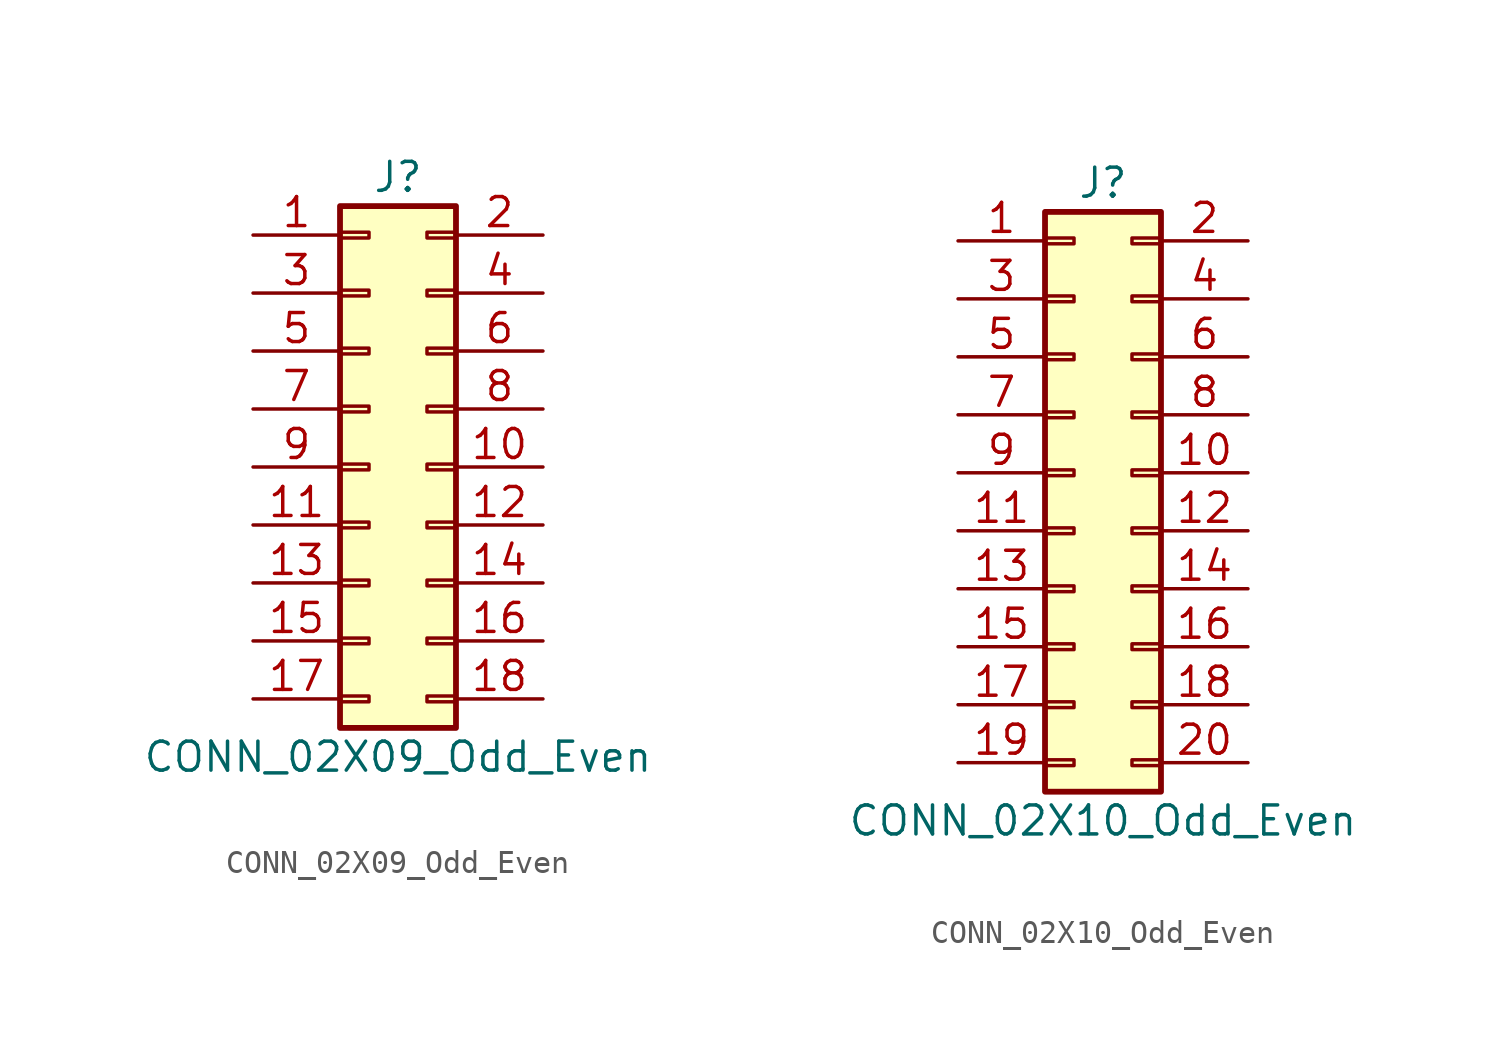
<source format=kicad_sym>
(kicad_symbol_lib
  (version 20211014)
  (generator kicad_symbol_editor)
  (symbol "CONN_02X09_Odd_Even"
    (pin_names
      (offset 1.016) hide)
    (property "Reference" "J"
      (at 1.27 12.7 0)
      (effects (font (size 1.27 1.27))))
    (property "Value" "CONN_02X09_Odd_Even"
      (at 1.27 -12.7 0)
      (effects (font (size 1.27 1.27))))
    (symbol "CONN_02X09_Odd_Even_1_1"
      (rectangle (start -1.27 -10.033) (end 0 -10.287) (stroke (width 0.152) (type default) (color 0 0 0 0)) (fill (type none)))
      (rectangle (start -1.27 -7.493) (end 0 -7.747) (stroke (width 0.152) (type default) (color 0 0 0 0)) (fill (type none)))
      (rectangle (start -1.27 -4.953) (end 0 -5.207) (stroke (width 0.152) (type default) (color 0 0 0 0)) (fill (type none)))
      (rectangle (start -1.27 -2.413) (end 0 -2.667) (stroke (width 0.152) (type default) (color 0 0 0 0)) (fill (type none)))
      (rectangle (start -1.27 0.127) (end 0 -0.127) (stroke (width 0.152) (type default) (color 0 0 0 0)) (fill (type none)))
      (rectangle (start -1.27 2.667) (end 0 2.413) (stroke (width 0.152) (type default) (color 0 0 0 0)) (fill (type none)))
      (rectangle (start -1.27 5.207) (end 0 4.953) (stroke (width 0.152) (type default) (color 0 0 0 0)) (fill (type none)))
      (rectangle (start -1.27 7.747) (end 0 7.493) (stroke (width 0.152) (type default) (color 0 0 0 0)) (fill (type none)))
      (rectangle (start -1.27 10.287) (end 0 10.033) (stroke (width 0.152) (type default) (color 0 0 0 0)) (fill (type none)))
      (rectangle (start -1.27 11.43) (end 3.81 -11.43) (stroke (width 0.254) (type default) (color 0 0 0 0)) (fill (type background)))
      (rectangle (start 3.81 -10.033) (end 2.54 -10.287) (stroke (width 0.152) (type default) (color 0 0 0 0)) (fill (type none)))
      (rectangle (start 3.81 -7.493) (end 2.54 -7.747) (stroke (width 0.152) (type default) (color 0 0 0 0)) (fill (type none)))
      (rectangle (start 3.81 -4.953) (end 2.54 -5.207) (stroke (width 0.152) (type default) (color 0 0 0 0)) (fill (type none)))
      (rectangle (start 3.81 -2.413) (end 2.54 -2.667) (stroke (width 0.152) (type default) (color 0 0 0 0)) (fill (type none)))
      (rectangle (start 3.81 0.127) (end 2.54 -0.127) (stroke (width 0.152) (type default) (color 0 0 0 0)) (fill (type none)))
      (rectangle (start 3.81 2.667) (end 2.54 2.413) (stroke (width 0.152) (type default) (color 0 0 0 0)) (fill (type none)))
      (rectangle (start 3.81 5.207) (end 2.54 4.953) (stroke (width 0.152) (type default) (color 0 0 0 0)) (fill (type none)))
      (rectangle (start 3.81 7.747) (end 2.54 7.493) (stroke (width 0.152) (type default) (color 0 0 0 0)) (fill (type none)))
      (rectangle (start 3.81 10.287) (end 2.54 10.033) (stroke (width 0.152) (type default) (color 0 0 0 0)) (fill (type none)))
      (pin passive line (at -5.08 10.16 0) (length 3.81) (name "Pin_1" (effects (font (size 1.27 1.27)))) (number "1" (effects (font (size 1.27 1.27)))))
      (pin passive line (at 7.62 0 180) (length 3.81) (name "Pin_10" (effects (font (size 1.27 1.27)))) (number "10" (effects (font (size 1.27 1.27)))))
      (pin passive line (at -5.08 -2.54 0) (length 3.81) (name "Pin_11" (effects (font (size 1.27 1.27)))) (number "11" (effects (font (size 1.27 1.27)))))
      (pin passive line (at 7.62 -2.54 180) (length 3.81) (name "Pin_12" (effects (font (size 1.27 1.27)))) (number "12" (effects (font (size 1.27 1.27)))))
      (pin passive line (at -5.08 -5.08 0) (length 3.81) (name "Pin_13" (effects (font (size 1.27 1.27)))) (number "13" (effects (font (size 1.27 1.27)))))
      (pin passive line (at 7.62 -5.08 180) (length 3.81) (name "Pin_14" (effects (font (size 1.27 1.27)))) (number "14" (effects (font (size 1.27 1.27)))))
      (pin passive line (at -5.08 -7.62 0) (length 3.81) (name "Pin_15" (effects (font (size 1.27 1.27)))) (number "15" (effects (font (size 1.27 1.27)))))
      (pin passive line (at 7.62 -7.62 180) (length 3.81) (name "Pin_16" (effects (font (size 1.27 1.27)))) (number "16" (effects (font (size 1.27 1.27)))))
      (pin passive line (at -5.08 -10.16 0) (length 3.81) (name "Pin_17" (effects (font (size 1.27 1.27)))) (number "17" (effects (font (size 1.27 1.27)))))
      (pin passive line (at 7.62 -10.16 180) (length 3.81) (name "Pin_18" (effects (font (size 1.27 1.27)))) (number "18" (effects (font (size 1.27 1.27)))))
      (pin passive line (at 7.62 10.16 180) (length 3.81) (name "Pin_2" (effects (font (size 1.27 1.27)))) (number "2" (effects (font (size 1.27 1.27)))))
      (pin passive line (at -5.08 7.62 0) (length 3.81) (name "Pin_3" (effects (font (size 1.27 1.27)))) (number "3" (effects (font (size 1.27 1.27)))))
      (pin passive line (at 7.62 7.62 180) (length 3.81) (name "Pin_4" (effects (font (size 1.27 1.27)))) (number "4" (effects (font (size 1.27 1.27)))))
      (pin passive line (at -5.08 5.08 0) (length 3.81) (name "Pin_5" (effects (font (size 1.27 1.27)))) (number "5" (effects (font (size 1.27 1.27)))))
      (pin passive line (at 7.62 5.08 180) (length 3.81) (name "Pin_6" (effects (font (size 1.27 1.27)))) (number "6" (effects (font (size 1.27 1.27)))))
      (pin passive line (at -5.08 2.54 0) (length 3.81) (name "Pin_7" (effects (font (size 1.27 1.27)))) (number "7" (effects (font (size 1.27 1.27)))))
      (pin passive line (at 7.62 2.54 180) (length 3.81) (name "Pin_8" (effects (font (size 1.27 1.27)))) (number "8" (effects (font (size 1.27 1.27)))))
      (pin passive line (at -5.08 0 0) (length 3.81) (name "Pin_9" (effects (font (size 1.27 1.27)))) (number "9" (effects (font (size 1.27 1.27)))))))
  (symbol "CONN_02X10_Odd_Even"
    (pin_names
      (offset 1.016) hide)
    (property "Reference" "J"
      (at 1.27 12.7 0)
      (effects (font (size 1.27 1.27))))
    (property "Value" "CONN_02X10_Odd_Even"
      (at 1.27 -15.24 0)
      (effects (font (size 1.27 1.27))))
    (symbol "CONN_02X10_Odd_Even_1_1"
      (rectangle (start -1.27 -12.573) (end 0 -12.827) (stroke (width 0.152) (type default) (color 0 0 0 0)) (fill (type none)))
      (rectangle (start -1.27 -10.033) (end 0 -10.287) (stroke (width 0.152) (type default) (color 0 0 0 0)) (fill (type none)))
      (rectangle (start -1.27 -7.493) (end 0 -7.747) (stroke (width 0.152) (type default) (color 0 0 0 0)) (fill (type none)))
      (rectangle (start -1.27 -4.953) (end 0 -5.207) (stroke (width 0.152) (type default) (color 0 0 0 0)) (fill (type none)))
      (rectangle (start -1.27 -2.413) (end 0 -2.667) (stroke (width 0.152) (type default) (color 0 0 0 0)) (fill (type none)))
      (rectangle (start -1.27 0.127) (end 0 -0.127) (stroke (width 0.152) (type default) (color 0 0 0 0)) (fill (type none)))
      (rectangle (start -1.27 2.667) (end 0 2.413) (stroke (width 0.152) (type default) (color 0 0 0 0)) (fill (type none)))
      (rectangle (start -1.27 5.207) (end 0 4.953) (stroke (width 0.152) (type default) (color 0 0 0 0)) (fill (type none)))
      (rectangle (start -1.27 7.747) (end 0 7.493) (stroke (width 0.152) (type default) (color 0 0 0 0)) (fill (type none)))
      (rectangle (start -1.27 10.287) (end 0 10.033) (stroke (width 0.152) (type default) (color 0 0 0 0)) (fill (type none)))
      (rectangle (start -1.27 11.43) (end 3.81 -13.97) (stroke (width 0.254) (type default) (color 0 0 0 0)) (fill (type background)))
      (rectangle (start 3.81 -12.573) (end 2.54 -12.827) (stroke (width 0.152) (type default) (color 0 0 0 0)) (fill (type none)))
      (rectangle (start 3.81 -10.033) (end 2.54 -10.287) (stroke (width 0.152) (type default) (color 0 0 0 0)) (fill (type none)))
      (rectangle (start 3.81 -7.493) (end 2.54 -7.747) (stroke (width 0.152) (type default) (color 0 0 0 0)) (fill (type none)))
      (rectangle (start 3.81 -4.953) (end 2.54 -5.207) (stroke (width 0.152) (type default) (color 0 0 0 0)) (fill (type none)))
      (rectangle (start 3.81 -2.413) (end 2.54 -2.667) (stroke (width 0.152) (type default) (color 0 0 0 0)) (fill (type none)))
      (rectangle (start 3.81 0.127) (end 2.54 -0.127) (stroke (width 0.152) (type default) (color 0 0 0 0)) (fill (type none)))
      (rectangle (start 3.81 2.667) (end 2.54 2.413) (stroke (width 0.152) (type default) (color 0 0 0 0)) (fill (type none)))
      (rectangle (start 3.81 5.207) (end 2.54 4.953) (stroke (width 0.152) (type default) (color 0 0 0 0)) (fill (type none)))
      (rectangle (start 3.81 7.747) (end 2.54 7.493) (stroke (width 0.152) (type default) (color 0 0 0 0)) (fill (type none)))
      (rectangle (start 3.81 10.287) (end 2.54 10.033) (stroke (width 0.152) (type default) (color 0 0 0 0)) (fill (type none)))
      (pin passive line (at -5.08 10.16 0) (length 3.81) (name "Pin_1" (effects (font (size 1.27 1.27)))) (number "1" (effects (font (size 1.27 1.27)))))
      (pin passive line (at 7.62 0 180) (length 3.81) (name "Pin_10" (effects (font (size 1.27 1.27)))) (number "10" (effects (font (size 1.27 1.27)))))
      (pin passive line (at -5.08 -2.54 0) (length 3.81) (name "Pin_11" (effects (font (size 1.27 1.27)))) (number "11" (effects (font (size 1.27 1.27)))))
      (pin passive line (at 7.62 -2.54 180) (length 3.81) (name "Pin_12" (effects (font (size 1.27 1.27)))) (number "12" (effects (font (size 1.27 1.27)))))
      (pin passive line (at -5.08 -5.08 0) (length 3.81) (name "Pin_13" (effects (font (size 1.27 1.27)))) (number "13" (effects (font (size 1.27 1.27)))))
      (pin passive line (at 7.62 -5.08 180) (length 3.81) (name "Pin_14" (effects (font (size 1.27 1.27)))) (number "14" (effects (font (size 1.27 1.27)))))
      (pin passive line (at -5.08 -7.62 0) (length 3.81) (name "Pin_15" (effects (font (size 1.27 1.27)))) (number "15" (effects (font (size 1.27 1.27)))))
      (pin passive line (at 7.62 -7.62 180) (length 3.81) (name "Pin_16" (effects (font (size 1.27 1.27)))) (number "16" (effects (font (size 1.27 1.27)))))
      (pin passive line (at -5.08 -10.16 0) (length 3.81) (name "Pin_17" (effects (font (size 1.27 1.27)))) (number "17" (effects (font (size 1.27 1.27)))))
      (pin passive line (at 7.62 -10.16 180) (length 3.81) (name "Pin_18" (effects (font (size 1.27 1.27)))) (number "18" (effects (font (size 1.27 1.27)))))
      (pin passive line (at -5.08 -12.7 0) (length 3.81) (name "Pin_19" (effects (font (size 1.27 1.27)))) (number "19" (effects (font (size 1.27 1.27)))))
      (pin passive line (at 7.62 10.16 180) (length 3.81) (name "Pin_2" (effects (font (size 1.27 1.27)))) (number "2" (effects (font (size 1.27 1.27)))))
      (pin passive line (at 7.62 -12.7 180) (length 3.81) (name "Pin_20" (effects (font (size 1.27 1.27)))) (number "20" (effects (font (size 1.27 1.27)))))
      (pin passive line (at -5.08 7.62 0) (length 3.81) (name "Pin_3" (effects (font (size 1.27 1.27)))) (number "3" (effects (font (size 1.27 1.27)))))
      (pin passive line (at 7.62 7.62 180) (length 3.81) (name "Pin_4" (effects (font (size 1.27 1.27)))) (number "4" (effects (font (size 1.27 1.27)))))
      (pin passive line (at -5.08 5.08 0) (length 3.81) (name "Pin_5" (effects (font (size 1.27 1.27)))) (number "5" (effects (font (size 1.27 1.27)))))
      (pin passive line (at 7.62 5.08 180) (length 3.81) (name "Pin_6" (effects (font (size 1.27 1.27)))) (number "6" (effects (font (size 1.27 1.27)))))
      (pin passive line (at -5.08 2.54 0) (length 3.81) (name "Pin_7" (effects (font (size 1.27 1.27)))) (number "7" (effects (font (size 1.27 1.27)))))
      (pin passive line (at 7.62 2.54 180) (length 3.81) (name "Pin_8" (effects (font (size 1.27 1.27)))) (number "8" (effects (font (size 1.27 1.27)))))
      (pin passive line (at -5.08 0 0) (length 3.81) (name "Pin_9" (effects (font (size 1.27 1.27)))) (number "9" (effects (font (size 1.27 1.27))))))))
</source>
